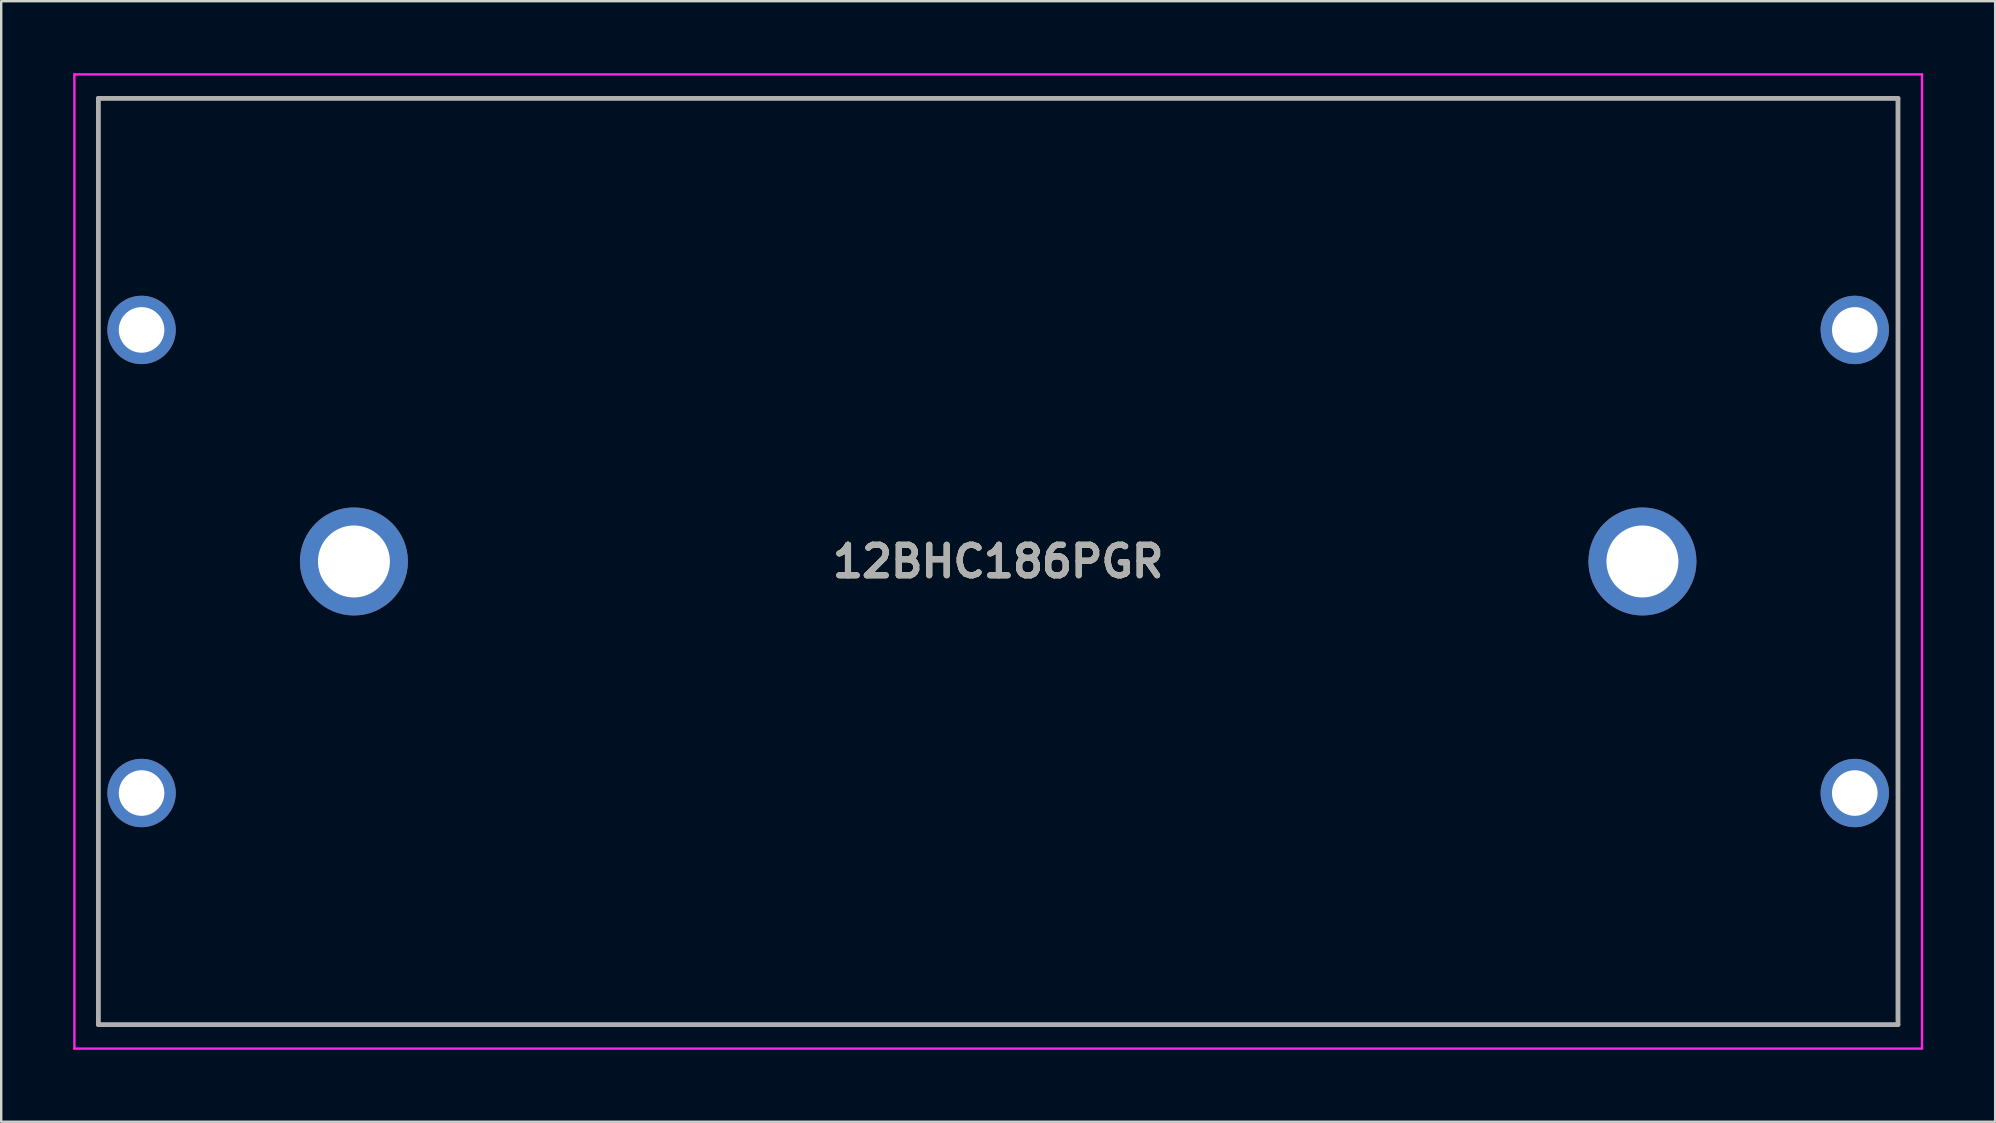
<source format=kicad_pcb>
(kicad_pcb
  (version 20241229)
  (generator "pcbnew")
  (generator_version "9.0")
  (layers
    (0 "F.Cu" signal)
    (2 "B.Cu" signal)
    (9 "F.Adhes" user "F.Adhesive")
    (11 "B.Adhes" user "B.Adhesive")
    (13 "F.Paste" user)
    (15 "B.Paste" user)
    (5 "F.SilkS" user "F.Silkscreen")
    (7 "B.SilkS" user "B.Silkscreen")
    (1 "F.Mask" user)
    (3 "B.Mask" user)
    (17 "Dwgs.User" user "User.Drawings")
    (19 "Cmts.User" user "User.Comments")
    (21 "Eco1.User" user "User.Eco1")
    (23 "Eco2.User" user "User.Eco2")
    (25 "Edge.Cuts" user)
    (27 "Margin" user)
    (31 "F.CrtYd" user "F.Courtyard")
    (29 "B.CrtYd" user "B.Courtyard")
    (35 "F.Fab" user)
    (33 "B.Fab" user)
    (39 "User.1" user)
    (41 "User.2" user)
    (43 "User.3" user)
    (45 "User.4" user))
  (footprint "12BHC186PGR"
    (layer "F.Cu")
    (at 2.85 30)
    (property "Reference" "12BHC186PGR" (at 35.7 -9.65 0) (layer "F.SilkS") (effects (font (size 1.27 1.27) (thickness 0.254))))
    (attr through_hole)
    (fp_line (start -1.8 -28.95) (end 73.2 -28.95) (stroke (width 0.1) (type solid)) (layer "F.SilkS"))
    (fp_line (start -1.8 9.65) (end -1.8 -28.95) (stroke (width 0.1) (type solid)) (layer "F.SilkS"))
    (fp_line (start 73.2 -28.95) (end 73.2 9.65) (stroke (width 0.1) (type solid)) (layer "F.SilkS"))
    (fp_line (start 73.2 9.65) (end -1.8 9.65) (stroke (width 0.1) (type solid)) (layer "F.SilkS"))
    (fp_line (start -2.8 -29.95) (end 74.2 -29.95) (stroke (width 0.1) (type solid)) (layer "F.CrtYd"))
    (fp_line (start -2.8 10.65) (end -2.8 -29.95) (stroke (width 0.1) (type solid)) (layer "F.CrtYd"))
    (fp_line (start 74.2 -29.95) (end 74.2 10.65) (stroke (width 0.1) (type solid)) (layer "F.CrtYd"))
    (fp_line (start 74.2 10.65) (end -2.8 10.65) (stroke (width 0.1) (type solid)) (layer "F.CrtYd"))
    (fp_line (start -1.8 -28.95) (end 73.2 -28.95) (stroke (width 0.2) (type solid)) (layer "F.Fab"))
    (fp_line (start -1.8 9.65) (end -1.8 -28.95) (stroke (width 0.2) (type solid)) (layer "F.Fab"))
    (fp_line (start 73.2 -28.95) (end 73.2 9.65) (stroke (width 0.2) (type solid)) (layer "F.Fab"))
    (fp_line (start 73.2 9.65) (end -1.8 9.65) (stroke (width 0.2) (type solid)) (layer "F.Fab"))
    (fp_text user "${REFERENCE}" (at 35.7 -9.65 0) (layer "F.Fab") (effects (font (size 1.27 1.27) (thickness 0.254))))
    (pad "1" thru_hole circle (at 0 0) (size 2.85 2.85) (drill 1.9) (layers "*.Cu" "*.Mask"))
    (pad "2" thru_hole circle (at 71.4 0) (size 2.85 2.85) (drill 1.9) (layers "*.Cu" "*.Mask"))
    (pad "3" thru_hole circle (at 71.4 -19.3) (size 2.85 2.85) (drill 1.9) (layers "*.Cu" "*.Mask"))
    (pad "4" thru_hole circle (at 0 -19.3) (size 2.85 2.85) (drill 1.9) (layers "*.Cu" "*.Mask"))
    (pad "SH1" thru_hole circle (at 8.85 -9.65) (size 4.5 4.5) (drill 3) (layers "*.Cu" "*.Mask"))
    (pad "SH2" thru_hole circle (at 62.55 -9.65) (size 4.5 4.5) (drill 3) (layers "*.Cu" "*.Mask")))
  (gr_rect
    (start -3 -3)
    (end 80.1 43.7)
    (stroke (width 0.1) (type default))
    (fill no)
    (layer "Edge.Cuts")))
</source>
